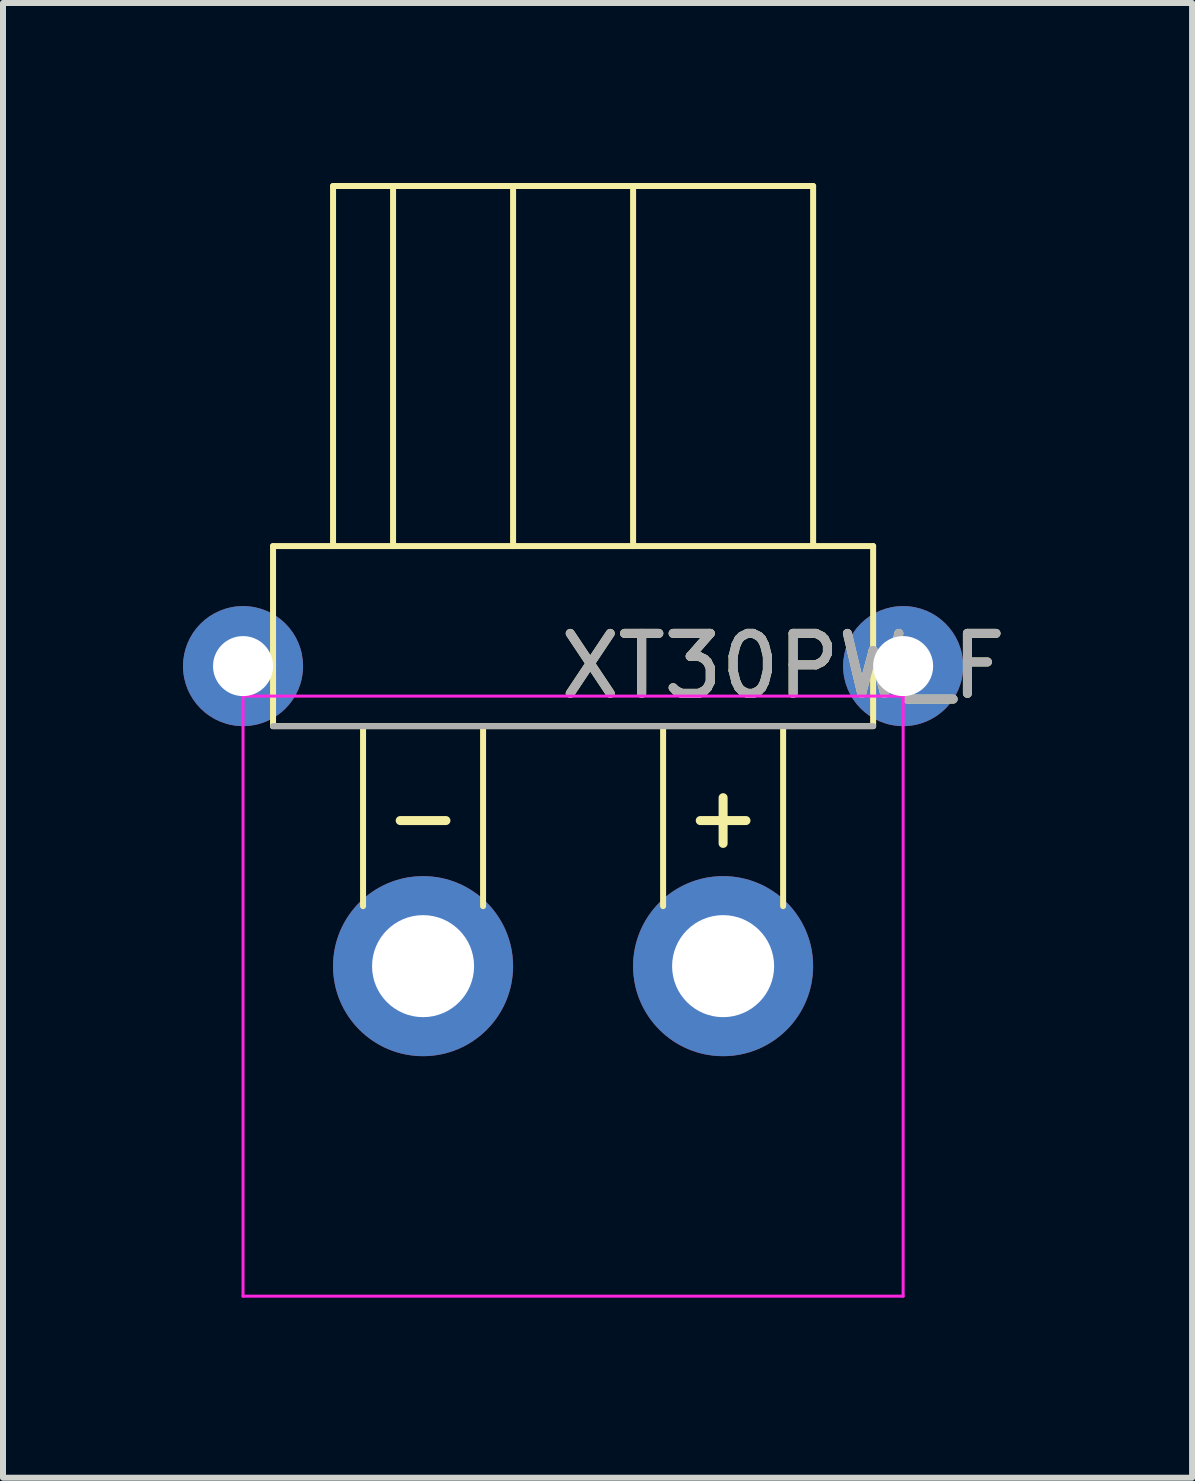
<source format=kicad_pcb>
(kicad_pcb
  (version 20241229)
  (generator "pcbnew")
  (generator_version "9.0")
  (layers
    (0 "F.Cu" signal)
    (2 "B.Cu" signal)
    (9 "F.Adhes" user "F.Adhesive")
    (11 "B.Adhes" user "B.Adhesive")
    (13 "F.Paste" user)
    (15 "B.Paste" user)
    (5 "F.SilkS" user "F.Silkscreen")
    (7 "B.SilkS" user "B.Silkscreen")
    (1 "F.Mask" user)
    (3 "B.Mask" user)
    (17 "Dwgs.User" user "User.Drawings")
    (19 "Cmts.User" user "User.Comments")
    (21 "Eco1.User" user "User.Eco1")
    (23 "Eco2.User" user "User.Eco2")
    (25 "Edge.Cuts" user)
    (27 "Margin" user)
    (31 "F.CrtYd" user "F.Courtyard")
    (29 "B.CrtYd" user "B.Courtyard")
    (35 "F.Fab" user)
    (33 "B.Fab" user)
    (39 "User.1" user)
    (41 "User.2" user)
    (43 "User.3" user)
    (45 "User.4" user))
  (footprint "XT30PW_F"
    (layer "F.Cu")
    (at 6.5 13.05)
    (property "Reference" "XT30PW_F" (at 3.5 -5 0) (layer "F.SilkS") (effects (font (size 1 1) (thickness 0.15))))
    (attr through_hole)
    (fp_line (start -5 -4) (end -5 -7) (stroke (width 0.1) (type solid)) (layer "F.SilkS"))
    (fp_line (start -5 -4) (end 5 -4) (stroke (width 0.1) (type solid)) (layer "F.SilkS"))
    (fp_line (start -4 -13) (end -4 -7) (stroke (width 0.1) (type solid)) (layer "F.SilkS"))
    (fp_line (start -3.5 -4) (end -3.5 -1) (stroke (width 0.1) (type solid)) (layer "F.SilkS"))
    (fp_line (start -3 -7) (end -3 -13) (stroke (width 0.1) (type solid)) (layer "F.SilkS"))
    (fp_line (start -1.5 -1) (end -1.5 -4) (stroke (width 0.1) (type solid)) (layer "F.SilkS"))
    (fp_line (start -1 -7) (end -1 -13) (stroke (width 0.1) (type solid)) (layer "F.SilkS"))
    (fp_line (start 1 -7) (end 1 -13) (stroke (width 0.1) (type solid)) (layer "F.SilkS"))
    (fp_line (start 1.5 -4) (end 1.5 -1) (stroke (width 0.1) (type solid)) (layer "F.SilkS"))
    (fp_line (start 3.5 -1) (end 3.5 -4) (stroke (width 0.1) (type solid)) (layer "F.SilkS"))
    (fp_line (start 4 -13) (end -4 -13) (stroke (width 0.1) (type solid)) (layer "F.SilkS"))
    (fp_line (start 4 -7) (end 4 -13) (stroke (width 0.1) (type solid)) (layer "F.SilkS"))
    (fp_line (start 5 -7) (end -5 -7) (stroke (width 0.1) (type solid)) (layer "F.SilkS"))
    (fp_line (start 5 -4) (end 5 -7) (stroke (width 0.1) (type solid)) (layer "F.SilkS"))
    (fp_line (start -5.5 -4.5) (end -5.5 5.5) (stroke (width 0.05) (type solid)) (layer "F.CrtYd"))
    (fp_line (start -5.5 5.5) (end 5.5 5.5) (stroke (width 0.05) (type solid)) (layer "F.CrtYd"))
    (fp_line (start 5.5 -4.5) (end -5.5 -4.5) (stroke (width 0.05) (type solid)) (layer "F.CrtYd"))
    (fp_line (start 5.5 5.5) (end 5.5 -4.5) (stroke (width 0.05) (type solid)) (layer "F.CrtYd"))
    (fp_line (start -5 -4) (end 5 -4) (stroke (width 0.1) (type solid)) (layer "F.Fab"))
    (fp_text user "+" (at 2.5 -2.5 0) (layer "F.SilkS") (effects (font (size 1 1) (thickness 0.15))))
    (fp_text user "-" (at -2.5 -2.5 0) (layer "F.SilkS") (effects (font (size 1 1) (thickness 0.15))))
    (fp_text user "${REFERENCE}" (at 3.5 -5 0) (layer "F.Fab") (effects (font (size 1 1) (thickness 0.15))))
    (pad "1" thru_hole circle (at 2.5 0) (size 3 3) (drill 1.7) (layers "*.Cu" "*.Mask"))
    (pad "2" thru_hole circle (at -2.5 0) (size 3 3) (drill 1.7) (layers "*.Cu" "*.Mask"))
    (pad "3" thru_hole circle (at -5.5 -5) (size 2 2) (drill 1) (layers "*.Cu" "*.Mask"))
    (pad "3" thru_hole circle (at 5.5 -5) (size 2 2) (drill 1) (layers "*.Cu" "*.Mask")))
  (gr_rect
    (start -3 -3)
    (end 16.815 21.575)
    (stroke (width 0.1) (type default))
    (fill no)
    (layer "Edge.Cuts")))
</source>
